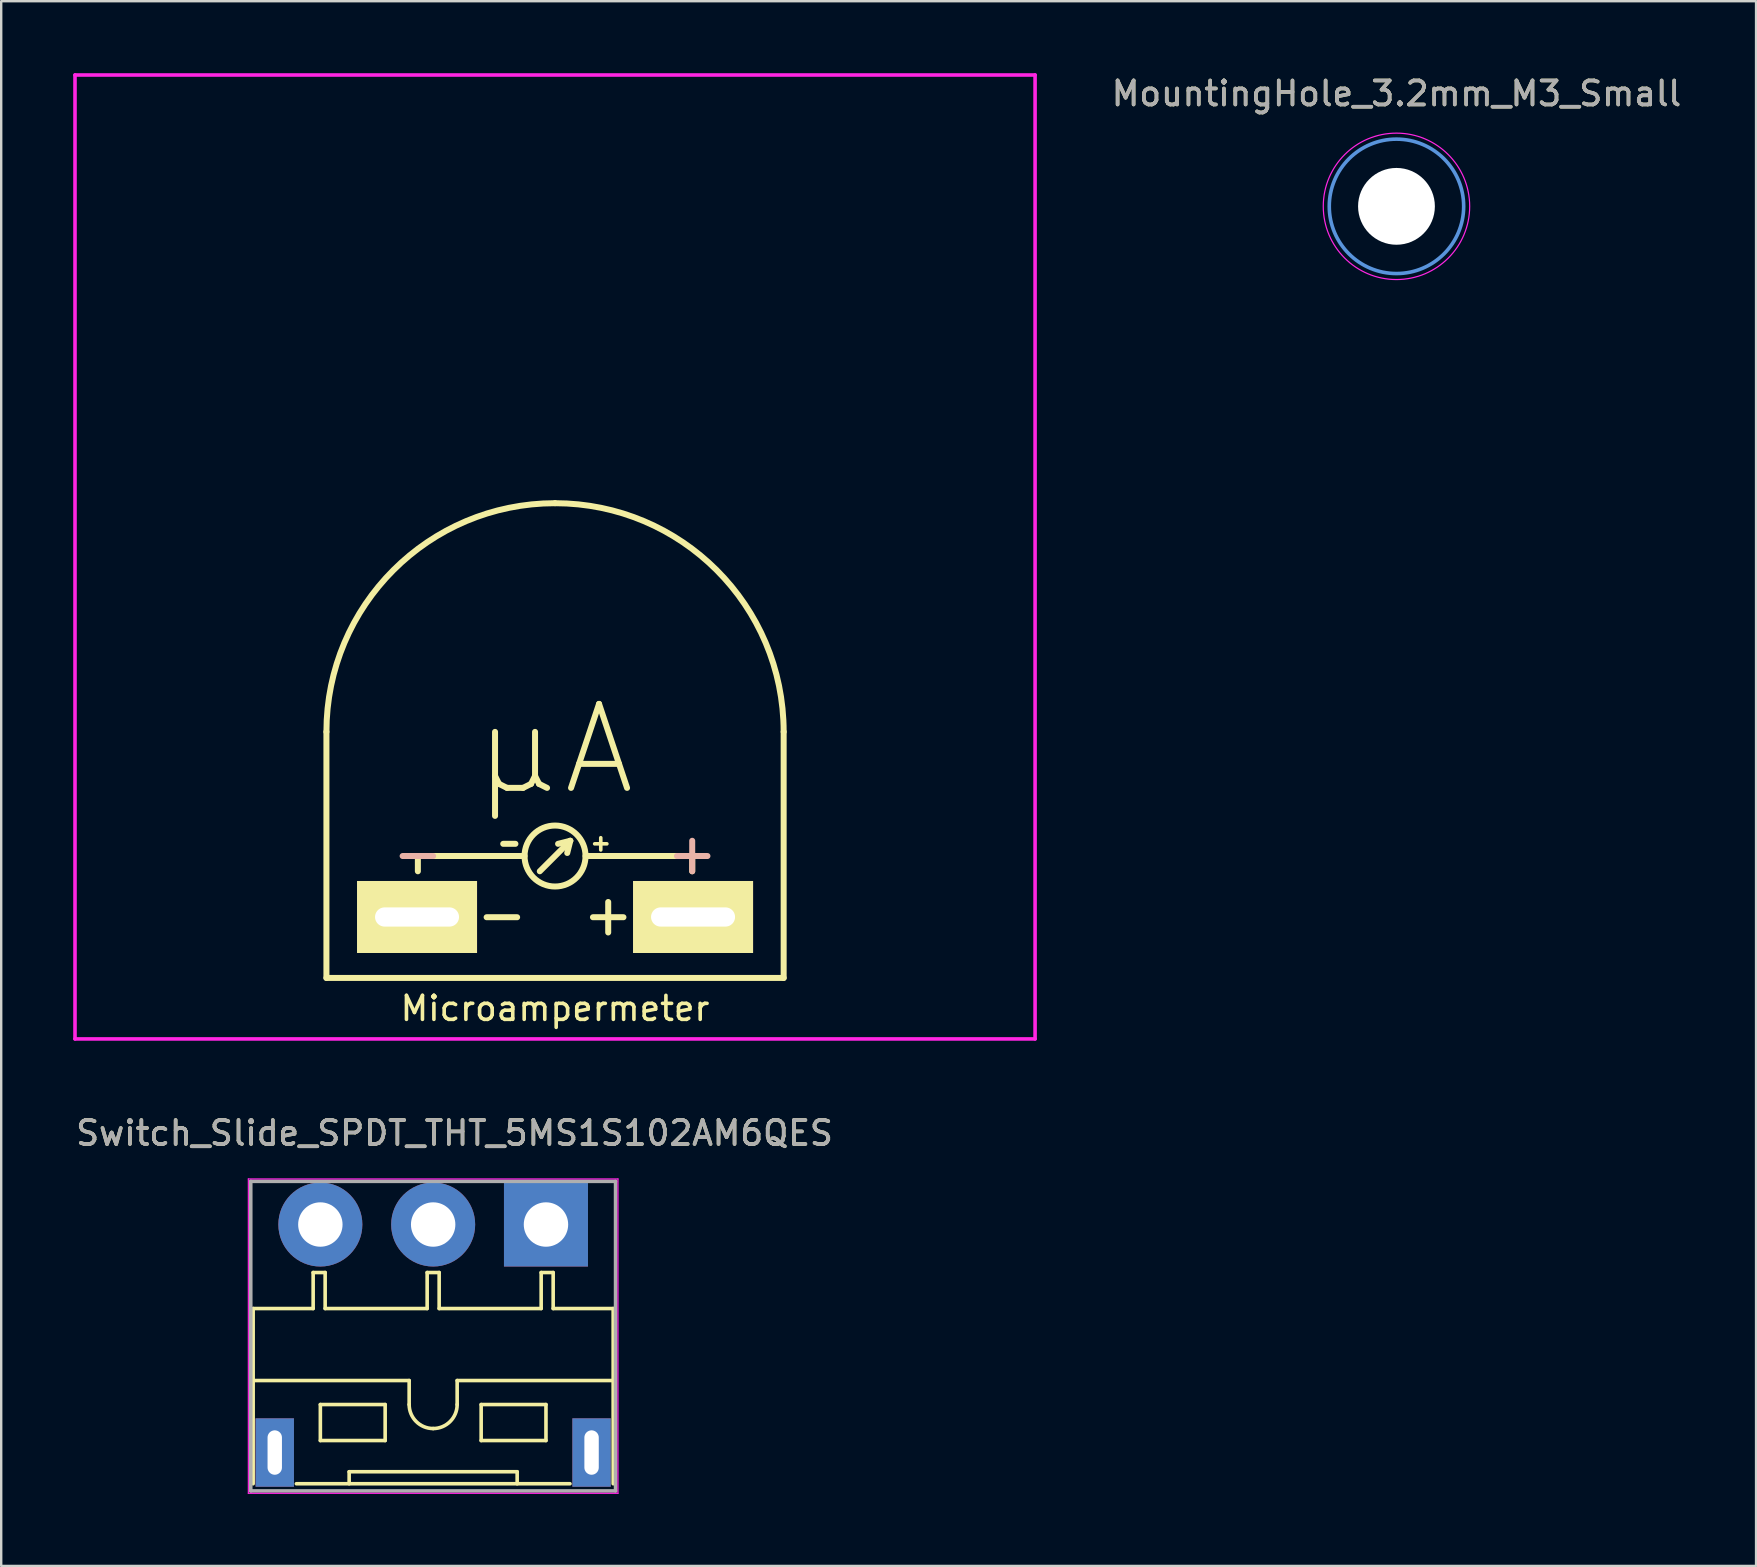
<source format=kicad_pcb>
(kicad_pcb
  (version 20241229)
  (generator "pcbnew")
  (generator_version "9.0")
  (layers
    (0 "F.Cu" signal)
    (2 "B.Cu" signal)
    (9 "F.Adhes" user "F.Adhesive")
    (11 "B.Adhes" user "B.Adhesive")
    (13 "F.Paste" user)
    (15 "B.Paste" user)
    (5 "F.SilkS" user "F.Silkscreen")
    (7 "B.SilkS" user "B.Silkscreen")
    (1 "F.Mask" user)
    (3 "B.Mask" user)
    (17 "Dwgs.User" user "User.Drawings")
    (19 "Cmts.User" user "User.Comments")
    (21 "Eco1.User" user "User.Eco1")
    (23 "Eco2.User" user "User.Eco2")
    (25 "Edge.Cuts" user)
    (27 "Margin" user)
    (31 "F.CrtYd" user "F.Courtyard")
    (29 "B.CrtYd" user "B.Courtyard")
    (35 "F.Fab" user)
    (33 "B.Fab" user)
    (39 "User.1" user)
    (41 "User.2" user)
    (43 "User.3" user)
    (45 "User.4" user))
  (footprint "Switch_Slide_SPDT_THT_5MS1S102AM6QES"
    (layer "F.Cu")
    (at 19.697 47.968)
    (property "Reference" "Switch_Slide_SPDT_THT_5MS1S102AM6QES" (at -3.81 -3.81 0) (layer "F.SilkS") (effects (font (size 1 1) (thickness 0.15))))
    (attr through_hole)
    (fp_line (start -12.2 3.5) (end -12.2 10.8) (stroke (width 0.15) (type solid)) (layer "F.SilkS"))
    (fp_line (start -12.2 3.5) (end -9.7 3.5) (stroke (width 0.15) (type solid)) (layer "F.SilkS"))
    (fp_line (start -12.2 6.5) (end -5.7 6.5) (stroke (width 0.15) (type solid)) (layer "F.SilkS"))
    (fp_line (start -10.4 10.8) (end 1 10.8) (stroke (width 0.15) (type solid)) (layer "F.SilkS"))
    (fp_line (start -9.7 2) (end -9.7 3.5) (stroke (width 0.15) (type solid)) (layer "F.SilkS"))
    (fp_line (start -9.7 2) (end -9.2 2) (stroke (width 0.15) (type solid)) (layer "F.SilkS"))
    (fp_line (start -9.4 7.5) (end -6.7 7.5) (stroke (width 0.15) (type solid)) (layer "F.SilkS"))
    (fp_line (start -9.4 9) (end -9.4 7.5) (stroke (width 0.15) (type solid)) (layer "F.SilkS"))
    (fp_line (start -9.4 9) (end -6.7 9) (stroke (width 0.15) (type solid)) (layer "F.SilkS"))
    (fp_line (start -9.2 2) (end -9.2 3.5) (stroke (width 0.15) (type solid)) (layer "F.SilkS"))
    (fp_line (start -8.2 10.3) (end -8.2 10.8) (stroke (width 0.15) (type solid)) (layer "F.SilkS"))
    (fp_line (start -6.7 7.5) (end -6.7 9) (stroke (width 0.15) (type solid)) (layer "F.SilkS"))
    (fp_line (start -5.7 6.5) (end -5.7 7.5) (stroke (width 0.15) (type solid)) (layer "F.SilkS"))
    (fp_line (start -4.95 2) (end -4.45 2) (stroke (width 0.15) (type solid)) (layer "F.SilkS"))
    (fp_line (start -4.95 3.5) (end -9.2 3.5) (stroke (width 0.15) (type solid)) (layer "F.SilkS"))
    (fp_line (start -4.95 3.5) (end -4.95 2) (stroke (width 0.15) (type solid)) (layer "F.SilkS"))
    (fp_line (start -4.45 2) (end -4.45 3.5) (stroke (width 0.15) (type solid)) (layer "F.SilkS"))
    (fp_line (start -4.45 3.5) (end -0.2 3.5) (stroke (width 0.15) (type solid)) (layer "F.SilkS"))
    (fp_line (start -3.7 6.5) (end -3.7 7.5) (stroke (width 0.15) (type solid)) (layer "F.SilkS"))
    (fp_line (start -3.7 6.5) (end 2.8 6.5) (stroke (width 0.15) (type solid)) (layer "F.SilkS"))
    (fp_line (start -2.7 7.5) (end 0 7.5) (stroke (width 0.15) (type solid)) (layer "F.SilkS"))
    (fp_line (start -2.7 9) (end -2.7 7.5) (stroke (width 0.15) (type solid)) (layer "F.SilkS"))
    (fp_line (start -2.7 9) (end 0 9) (stroke (width 0.15) (type solid)) (layer "F.SilkS"))
    (fp_line (start -1.2 10.3) (end -8.2 10.3) (stroke (width 0.15) (type solid)) (layer "F.SilkS"))
    (fp_line (start -1.2 10.8) (end -1.2 10.3) (stroke (width 0.15) (type solid)) (layer "F.SilkS"))
    (fp_line (start -0.2 2) (end 0.3 2) (stroke (width 0.15) (type solid)) (layer "F.SilkS"))
    (fp_line (start -0.2 3.5) (end -0.2 2) (stroke (width 0.15) (type solid)) (layer "F.SilkS"))
    (fp_line (start 0 7.5) (end 0 9) (stroke (width 0.15) (type solid)) (layer "F.SilkS"))
    (fp_line (start 0.3 2) (end 0.3 3.5) (stroke (width 0.15) (type solid)) (layer "F.SilkS"))
    (fp_line (start 0.3 3.5) (end 2.8 3.5) (stroke (width 0.15) (type solid)) (layer "F.SilkS"))
    (fp_line (start 2.8 3.5) (end 2.8 10.8) (stroke (width 0.15) (type solid)) (layer "F.SilkS"))
    (fp_arc (start -4.7 8.5) (mid -5.407107 8.207107) (end -5.7 7.5) (stroke (width 0.15) (type solid)) (layer "F.SilkS"))
    (fp_arc (start -3.7 7.5) (mid -3.992893 8.207107) (end -4.7 8.5) (stroke (width 0.15) (type solid)) (layer "F.SilkS"))
    (fp_line (start -12.4 -1.9) (end 3 -1.9) (stroke (width 0.05) (type solid)) (layer "F.CrtYd"))
    (fp_line (start -12.4 11.2) (end -12.4 -1.9) (stroke (width 0.05) (type solid)) (layer "F.CrtYd"))
    (fp_line (start 3 -1.9) (end 3 11.2) (stroke (width 0.05) (type solid)) (layer "F.CrtYd"))
    (fp_line (start 3 11.2) (end -12.4 11.2) (stroke (width 0.05) (type solid)) (layer "F.CrtYd"))
    (fp_line (start -12.3 11.1) (end -12.3 -1.8) (stroke (width 0.15) (type solid)) (layer "F.Fab"))
    (fp_line (start -12.3 11.1) (end 2.9 11.1) (stroke (width 0.15) (type solid)) (layer "F.Fab"))
    (fp_line (start 2.9 -1.8) (end -12.3 -1.8) (stroke (width 0.15) (type solid)) (layer "F.Fab"))
    (fp_line (start 2.9 11.1) (end 2.9 -1.8) (stroke (width 0.15) (type solid)) (layer "F.Fab"))
    (fp_text user "${REFERENCE}" (at -3.81 -3.81 0) (layer "F.Fab") (effects (font (size 1 1) (thickness 0.15))))
    (pad "1" thru_hole rect (at 0 0) (size 3.5 3.5) (drill 1.85) (layers "*.Cu" "*.Mask"))
    (pad "2" thru_hole circle (at -4.7 0) (size 3.5 3.5) (drill 1.85) (layers "*.Cu" "*.Mask"))
    (pad "3" thru_hole circle (at -9.4 0) (size 3.5 3.5) (drill 1.85) (layers "*.Cu" "*.Mask"))
    (pad "4" thru_hole rect (at -11.3 9.5) (size 1.6 2.85) (drill oval 0.6 1.85) (layers "*.Cu" "*.Mask"))
    (pad "4" thru_hole rect (at 1.9 9.5) (size 1.6 2.85) (drill oval 0.6 1.85) (layers "*.Cu" "*.Mask")))
  (footprint "MountingHole_3.2mm_M3_Small"
    (layer "F.Cu")
    (at 55.132 5.547)
    (property "Reference" "MountingHole_3.2mm_M3_Small" (at 0 -4.699 0) (layer "F.SilkS") (effects (font (size 1 1) (thickness 0.15))))
    (attr exclude_from_pos_files exclude_from_bom)
    (fp_circle (center 0 0) (end 2.8 0) (stroke (width 0.15) (type solid)) (fill no) (layer "Cmts.User"))
    (fp_circle (center 0 0) (end 3.05 0) (stroke (width 0.05) (type solid)) (fill no) (layer "F.CrtYd"))
    (fp_text user "${REFERENCE}" (at 0 -4.699 0) (layer "F.Fab") (effects (font (size 1 1) (thickness 0.15))))
    (pad "" np_thru_hole circle (at 0 0) (size 3.2 3.2) (drill 3.2) (layers "*.Cu" "*.Paste" "*.Mask")))
  (footprint "Microampermeter"
    (layer "F.Cu")
    (at 20.075 35.155)
    (property "Reference" "Microampermeter" (at 0 3.81 0) (layer "F.SilkS") (effects (font (size 1 1) (thickness 0.15))))
    (attr through_hole)
    (fp_line (start -9.525 2.54) (end -9.525 -7.715) (stroke (width 0.25) (type solid)) (layer "F.SilkS"))
    (fp_line (start -9.525 2.54) (end 9.525 2.54) (stroke (width 0.25) (type solid)) (layer "F.SilkS"))
    (fp_line (start -5.715 -2.54) (end -5.715 -1.905) (stroke (width 0.25) (type solid)) (layer "F.SilkS"))
    (fp_line (start -2.85 0.01) (end -1.58 0.01) (stroke (width 0.25) (type solid)) (layer "F.SilkS"))
    (fp_line (start -1.651 -3.048) (end -2.159 -3.048) (stroke (width 0.25) (type solid)) (layer "F.SilkS"))
    (fp_line (start -1.27 -2.54) (end -5.715 -2.54) (stroke (width 0.25) (type solid)) (layer "F.SilkS"))
    (fp_line (start -0.635 -1.905) (end 0.635 -3.175) (stroke (width 0.25) (type solid)) (layer "F.SilkS"))
    (fp_line (start 0.635 -3.175) (end 0.127 -3.048) (stroke (width 0.25) (type solid)) (layer "F.SilkS"))
    (fp_line (start 0.635 -3.175) (end 0.508 -2.667) (stroke (width 0.25) (type solid)) (layer "F.SilkS"))
    (fp_line (start 1.27 -2.54) (end 5.715 -2.54) (stroke (width 0.25) (type solid)) (layer "F.SilkS"))
    (fp_line (start 1.58 0.01) (end 2.85 0.01) (stroke (width 0.25) (type solid)) (layer "F.SilkS"))
    (fp_line (start 1.651 -3.048) (end 2.159 -3.048) (stroke (width 0.15) (type solid)) (layer "F.SilkS"))
    (fp_line (start 1.905 -3.302) (end 1.905 -2.794) (stroke (width 0.15) (type solid)) (layer "F.SilkS"))
    (fp_line (start 2.215 -0.625) (end 2.215 0.645) (stroke (width 0.25) (type solid)) (layer "F.SilkS"))
    (fp_line (start 5.715 -2.54) (end 5.715 -1.905) (stroke (width 0.25) (type solid)) (layer "F.SilkS"))
    (fp_line (start 9.525 -7.715) (end 9.525 2.54) (stroke (width 0.25) (type solid)) (layer "F.SilkS"))
    (fp_arc (start -9.525 -7.715) (mid -6.735192 -14.450192) (end 0 -17.24) (stroke (width 0.25) (type solid)) (layer "F.SilkS"))
    (fp_arc (start 0 -17.24) (mid 6.735192 -14.450192) (end 9.525 -7.715) (stroke (width 0.25) (type solid)) (layer "F.SilkS"))
    (fp_circle (center 0 -2.54) (end 1.27 -2.54) (stroke (width 0.25) (type solid)) (fill no) (layer "F.SilkS"))
    (fp_line (start -6.35 -2.54) (end -5.08 -2.54) (stroke (width 0.25) (type solid)) (layer "B.SilkS"))
    (fp_line (start 5.08 -2.54) (end 6.35 -2.54) (stroke (width 0.25) (type solid)) (layer "B.SilkS"))
    (fp_line (start 5.715 -3.175) (end 5.715 -1.905) (stroke (width 0.25) (type solid)) (layer "B.SilkS"))
    (fp_line (start -20 -35.08) (end 20 -35.08) (stroke (width 0.15) (type solid)) (layer "F.CrtYd"))
    (fp_line (start -20 5.08) (end -20 -35.08) (stroke (width 0.15) (type solid)) (layer "F.CrtYd"))
    (fp_line (start -20 5.08) (end 20 5.08) (stroke (width 0.15) (type solid)) (layer "F.CrtYd"))
    (fp_line (start 20 5.08) (end 20 -35.08) (stroke (width 0.15) (type solid)) (layer "F.CrtYd"))
    (fp_text user "μA" (at 0 -6.985 0) (layer "F.SilkS") (effects (font (size 3.5 3.5) (thickness 0.25))))
    (pad "1" thru_hole rect (at 5.75 0) (size 5 3) (drill oval 3.5 0.8) (layers "*.Cu" "*.Mask" "F.SilkS"))
    (pad "2" thru_hole rect (at -5.75 0) (size 5 3) (drill oval 3.5 0.8) (layers "*.Cu" "*.Mask" "F.SilkS")))
  (gr_rect
    (start -3 -3)
    (end 70.114 62.193)
    (stroke (width 0.1) (type default))
    (fill no)
    (layer "Edge.Cuts")))
</source>
